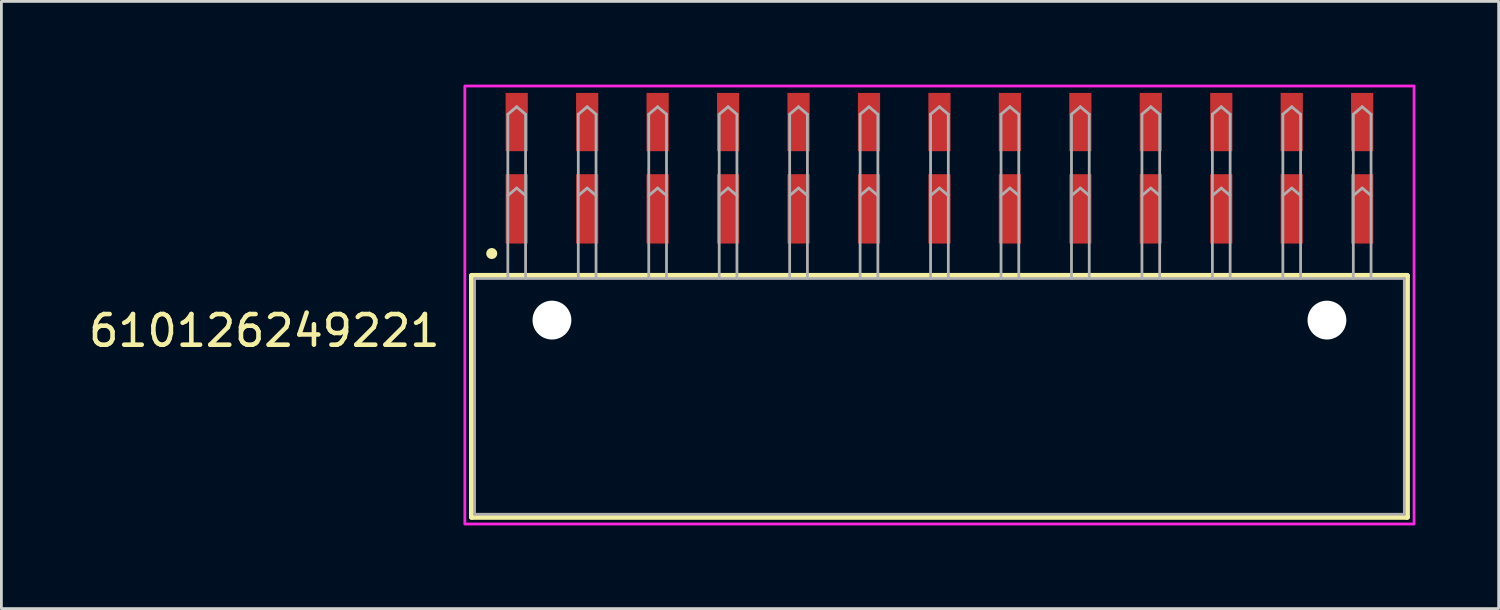
<source format=kicad_pcb>
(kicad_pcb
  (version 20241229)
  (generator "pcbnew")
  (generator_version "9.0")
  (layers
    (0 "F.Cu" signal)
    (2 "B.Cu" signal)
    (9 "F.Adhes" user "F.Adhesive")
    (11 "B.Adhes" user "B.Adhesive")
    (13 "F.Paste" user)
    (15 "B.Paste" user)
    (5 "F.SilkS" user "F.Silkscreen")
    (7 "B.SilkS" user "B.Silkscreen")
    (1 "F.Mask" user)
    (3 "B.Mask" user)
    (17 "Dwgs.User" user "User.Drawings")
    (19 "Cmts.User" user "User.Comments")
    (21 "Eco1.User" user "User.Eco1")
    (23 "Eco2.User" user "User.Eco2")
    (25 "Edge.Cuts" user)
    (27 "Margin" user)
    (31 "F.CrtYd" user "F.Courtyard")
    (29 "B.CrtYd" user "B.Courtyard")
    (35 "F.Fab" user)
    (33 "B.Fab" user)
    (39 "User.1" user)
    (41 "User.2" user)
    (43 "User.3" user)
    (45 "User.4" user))
  (footprint "610126249221"
    (layer "F.Cu")
    (at 30.818 11.24)
    (property "Reference" "610126249221" (at -17.916 -1.72 0) (unlocked yes) (layer "F.SilkS") (effects (font (size 1.105 1.105) (thickness 0.165)) (justify right bottom)))
    (fp_line (start -16.86 -4.35) (end 16.86 -4.35) (stroke (width 0.2) (type solid)) (layer "F.SilkS"))
    (fp_line (start -16.86 4.35) (end -16.86 -4.35) (stroke (width 0.2) (type solid)) (layer "F.SilkS"))
    (fp_line (start 16.86 -4.35) (end 16.86 4.35) (stroke (width 0.2) (type solid)) (layer "F.SilkS"))
    (fp_line (start 16.86 4.35) (end -16.86 4.35) (stroke (width 0.2) (type solid)) (layer "F.SilkS"))
    (fp_circle (center -16.14 -5.15) (end -16.04 -5.15) (stroke (width 0.2) (type solid)) (fill no) (layer "F.SilkS"))
    (fp_poly (pts (xy 17.11 4.6) (xy -17.11 4.6) (xy -17.11 -11.19) (xy 17.11 -11.19)) (stroke (width 0.1) (type default)) (fill no) (layer "F.CrtYd"))
    (fp_line (start -16.76 -4.25) (end -16.76 4.25) (stroke (width 0.1) (type solid)) (layer "F.Fab"))
    (fp_line (start -15.56 -10.17) (end -15.56 -4.25) (stroke (width 0.1) (type solid)) (layer "F.Fab"))
    (fp_line (start -15.56 -10.17) (end -15.24 -10.44) (stroke (width 0.1) (type solid)) (layer "F.Fab"))
    (fp_line (start -15.56 -7.24) (end -15.24 -7.51) (stroke (width 0.1) (type solid)) (layer "F.Fab"))
    (fp_line (start -15.24 -10.44) (end -14.92 -10.17) (stroke (width 0.1) (type solid)) (layer "F.Fab"))
    (fp_line (start -15.24 -7.51) (end -14.92 -7.24) (stroke (width 0.1) (type solid)) (layer "F.Fab"))
    (fp_line (start -14.92 -10.17) (end -14.92 -4.25) (stroke (width 0.1) (type solid)) (layer "F.Fab"))
    (fp_line (start -13.02 -10.17) (end -13.02 -4.25) (stroke (width 0.1) (type solid)) (layer "F.Fab"))
    (fp_line (start -13.02 -10.17) (end -12.7 -10.44) (stroke (width 0.1) (type solid)) (layer "F.Fab"))
    (fp_line (start -13.02 -7.24) (end -12.7 -7.51) (stroke (width 0.1) (type solid)) (layer "F.Fab"))
    (fp_line (start -12.7 -10.44) (end -12.38 -10.17) (stroke (width 0.1) (type solid)) (layer "F.Fab"))
    (fp_line (start -12.7 -7.51) (end -12.38 -7.24) (stroke (width 0.1) (type solid)) (layer "F.Fab"))
    (fp_line (start -12.38 -10.17) (end -12.38 -4.25) (stroke (width 0.1) (type solid)) (layer "F.Fab"))
    (fp_line (start -10.48 -10.17) (end -10.48 -4.25) (stroke (width 0.1) (type solid)) (layer "F.Fab"))
    (fp_line (start -10.48 -10.17) (end -10.16 -10.44) (stroke (width 0.1) (type solid)) (layer "F.Fab"))
    (fp_line (start -10.48 -7.24) (end -10.16 -7.51) (stroke (width 0.1) (type solid)) (layer "F.Fab"))
    (fp_line (start -10.16 -10.44) (end -9.84 -10.17) (stroke (width 0.1) (type solid)) (layer "F.Fab"))
    (fp_line (start -10.16 -7.51) (end -9.84 -7.24) (stroke (width 0.1) (type solid)) (layer "F.Fab"))
    (fp_line (start -9.84 -10.17) (end -9.84 -4.25) (stroke (width 0.1) (type solid)) (layer "F.Fab"))
    (fp_line (start -7.94 -10.17) (end -7.94 -4.25) (stroke (width 0.1) (type solid)) (layer "F.Fab"))
    (fp_line (start -7.94 -10.17) (end -7.62 -10.44) (stroke (width 0.1) (type solid)) (layer "F.Fab"))
    (fp_line (start -7.94 -7.24) (end -7.62 -7.51) (stroke (width 0.1) (type solid)) (layer "F.Fab"))
    (fp_line (start -7.62 -10.44) (end -7.3 -10.17) (stroke (width 0.1) (type solid)) (layer "F.Fab"))
    (fp_line (start -7.62 -7.51) (end -7.3 -7.24) (stroke (width 0.1) (type solid)) (layer "F.Fab"))
    (fp_line (start -7.3 -10.17) (end -7.3 -4.25) (stroke (width 0.1) (type solid)) (layer "F.Fab"))
    (fp_line (start -5.4 -10.17) (end -5.4 -4.25) (stroke (width 0.1) (type solid)) (layer "F.Fab"))
    (fp_line (start -5.4 -10.17) (end -5.08 -10.44) (stroke (width 0.1) (type solid)) (layer "F.Fab"))
    (fp_line (start -5.4 -7.24) (end -5.08 -7.51) (stroke (width 0.1) (type solid)) (layer "F.Fab"))
    (fp_line (start -5.08 -10.44) (end -4.76 -10.17) (stroke (width 0.1) (type solid)) (layer "F.Fab"))
    (fp_line (start -5.08 -7.51) (end -4.76 -7.24) (stroke (width 0.1) (type solid)) (layer "F.Fab"))
    (fp_line (start -4.76 -10.17) (end -4.76 -4.25) (stroke (width 0.1) (type solid)) (layer "F.Fab"))
    (fp_line (start -2.86 -10.17) (end -2.86 -4.25) (stroke (width 0.1) (type solid)) (layer "F.Fab"))
    (fp_line (start -2.86 -10.17) (end -2.54 -10.44) (stroke (width 0.1) (type solid)) (layer "F.Fab"))
    (fp_line (start -2.86 -7.24) (end -2.54 -7.51) (stroke (width 0.1) (type solid)) (layer "F.Fab"))
    (fp_line (start -2.54 -10.44) (end -2.22 -10.17) (stroke (width 0.1) (type solid)) (layer "F.Fab"))
    (fp_line (start -2.54 -7.51) (end -2.22 -7.24) (stroke (width 0.1) (type solid)) (layer "F.Fab"))
    (fp_line (start -2.22 -10.17) (end -2.22 -4.25) (stroke (width 0.1) (type solid)) (layer "F.Fab"))
    (fp_line (start -0.32 -10.17) (end -0.32 -4.25) (stroke (width 0.1) (type solid)) (layer "F.Fab"))
    (fp_line (start -0.32 -10.17) (end 0 -10.44) (stroke (width 0.1) (type solid)) (layer "F.Fab"))
    (fp_line (start -0.32 -7.24) (end 0 -7.51) (stroke (width 0.1) (type solid)) (layer "F.Fab"))
    (fp_line (start -0.32 -4.25) (end -16.76 -4.25) (stroke (width 0.1) (type solid)) (layer "F.Fab"))
    (fp_line (start 0 -10.44) (end 0.32 -10.17) (stroke (width 0.1) (type solid)) (layer "F.Fab"))
    (fp_line (start 0 -7.51) (end 0.32 -7.24) (stroke (width 0.1) (type solid)) (layer "F.Fab"))
    (fp_line (start 0.32 -10.17) (end 0.32 -4.25) (stroke (width 0.1) (type solid)) (layer "F.Fab"))
    (fp_line (start 0.32 -4.25) (end -0.32 -4.25) (stroke (width 0.1) (type solid)) (layer "F.Fab"))
    (fp_line (start 2.22 -10.17) (end 2.22 -4.25) (stroke (width 0.1) (type solid)) (layer "F.Fab"))
    (fp_line (start 2.22 -10.17) (end 2.54 -10.44) (stroke (width 0.1) (type solid)) (layer "F.Fab"))
    (fp_line (start 2.22 -7.24) (end 2.54 -7.51) (stroke (width 0.1) (type solid)) (layer "F.Fab"))
    (fp_line (start 2.54 -10.44) (end 2.86 -10.17) (stroke (width 0.1) (type solid)) (layer "F.Fab"))
    (fp_line (start 2.54 -7.51) (end 2.86 -7.24) (stroke (width 0.1) (type solid)) (layer "F.Fab"))
    (fp_line (start 2.86 -10.17) (end 2.86 -4.25) (stroke (width 0.1) (type solid)) (layer "F.Fab"))
    (fp_line (start 4.76 -10.17) (end 4.76 -4.25) (stroke (width 0.1) (type solid)) (layer "F.Fab"))
    (fp_line (start 4.76 -10.17) (end 5.08 -10.44) (stroke (width 0.1) (type solid)) (layer "F.Fab"))
    (fp_line (start 4.76 -7.24) (end 5.08 -7.51) (stroke (width 0.1) (type solid)) (layer "F.Fab"))
    (fp_line (start 5.08 -10.44) (end 5.4 -10.17) (stroke (width 0.1) (type solid)) (layer "F.Fab"))
    (fp_line (start 5.08 -7.51) (end 5.4 -7.24) (stroke (width 0.1) (type solid)) (layer "F.Fab"))
    (fp_line (start 5.4 -10.17) (end 5.4 -4.25) (stroke (width 0.1) (type solid)) (layer "F.Fab"))
    (fp_line (start 7.3 -10.17) (end 7.3 -4.25) (stroke (width 0.1) (type solid)) (layer "F.Fab"))
    (fp_line (start 7.3 -10.17) (end 7.62 -10.44) (stroke (width 0.1) (type solid)) (layer "F.Fab"))
    (fp_line (start 7.3 -7.24) (end 7.62 -7.51) (stroke (width 0.1) (type solid)) (layer "F.Fab"))
    (fp_line (start 7.62 -10.44) (end 7.94 -10.17) (stroke (width 0.1) (type solid)) (layer "F.Fab"))
    (fp_line (start 7.62 -7.51) (end 7.94 -7.24) (stroke (width 0.1) (type solid)) (layer "F.Fab"))
    (fp_line (start 7.94 -10.17) (end 7.94 -4.25) (stroke (width 0.1) (type solid)) (layer "F.Fab"))
    (fp_line (start 9.84 -10.17) (end 9.84 -4.25) (stroke (width 0.1) (type solid)) (layer "F.Fab"))
    (fp_line (start 9.84 -10.17) (end 10.16 -10.44) (stroke (width 0.1) (type solid)) (layer "F.Fab"))
    (fp_line (start 9.84 -7.24) (end 10.16 -7.51) (stroke (width 0.1) (type solid)) (layer "F.Fab"))
    (fp_line (start 10.16 -10.44) (end 10.48 -10.17) (stroke (width 0.1) (type solid)) (layer "F.Fab"))
    (fp_line (start 10.16 -7.51) (end 10.48 -7.24) (stroke (width 0.1) (type solid)) (layer "F.Fab"))
    (fp_line (start 10.48 -10.17) (end 10.48 -4.25) (stroke (width 0.1) (type solid)) (layer "F.Fab"))
    (fp_line (start 12.38 -10.17) (end 12.38 -4.25) (stroke (width 0.1) (type solid)) (layer "F.Fab"))
    (fp_line (start 12.38 -10.17) (end 12.7 -10.44) (stroke (width 0.1) (type solid)) (layer "F.Fab"))
    (fp_line (start 12.38 -7.24) (end 12.7 -7.51) (stroke (width 0.1) (type solid)) (layer "F.Fab"))
    (fp_line (start 12.7 -10.44) (end 13.02 -10.17) (stroke (width 0.1) (type solid)) (layer "F.Fab"))
    (fp_line (start 12.7 -7.51) (end 13.02 -7.24) (stroke (width 0.1) (type solid)) (layer "F.Fab"))
    (fp_line (start 13.02 -10.17) (end 13.02 -4.25) (stroke (width 0.1) (type solid)) (layer "F.Fab"))
    (fp_line (start 14.92 -10.17) (end 14.92 -4.25) (stroke (width 0.1) (type solid)) (layer "F.Fab"))
    (fp_line (start 14.92 -10.17) (end 15.24 -10.44) (stroke (width 0.1) (type solid)) (layer "F.Fab"))
    (fp_line (start 14.92 -7.24) (end 15.24 -7.51) (stroke (width 0.1) (type solid)) (layer "F.Fab"))
    (fp_line (start 15.24 -10.44) (end 15.56 -10.17) (stroke (width 0.1) (type solid)) (layer "F.Fab"))
    (fp_line (start 15.24 -7.51) (end 15.56 -7.24) (stroke (width 0.1) (type solid)) (layer "F.Fab"))
    (fp_line (start 15.56 -10.17) (end 15.56 -4.25) (stroke (width 0.1) (type solid)) (layer "F.Fab"))
    (fp_line (start 16.76 -4.25) (end 0.32 -4.25) (stroke (width 0.1) (type solid)) (layer "F.Fab"))
    (fp_line (start 16.76 -4.25) (end 16.76 4.25) (stroke (width 0.1) (type solid)) (layer "F.Fab"))
    (fp_line (start 16.76 4.25) (end -16.76 4.25) (stroke (width 0.1) (type solid)) (layer "F.Fab"))
    (pad "" np_thru_hole circle (at -13.97 -2.75) (size 1.4 1.4) (drill 1.4) (layers "*.Cu" "*.Mask"))
    (pad "" np_thru_hole circle (at 13.97 -2.75) (size 1.4 1.4) (drill 1.4) (layers "*.Cu" "*.Mask"))
    (pad "1" smd rect (at -15.24 -6.76 180) (size 0.8 2.5) (layers "F.Cu" "F.Mask" "F.Paste"))
    (pad "2" smd rect (at -15.24 -9.89 180) (size 0.8 2.1) (layers "F.Cu" "F.Mask" "F.Paste"))
    (pad "3" smd rect (at -12.7 -6.76 180) (size 0.8 2.5) (layers "F.Cu" "F.Mask" "F.Paste"))
    (pad "4" smd rect (at -12.7 -9.89 180) (size 0.8 2.1) (layers "F.Cu" "F.Mask" "F.Paste"))
    (pad "5" smd rect (at -10.16 -6.76 180) (size 0.8 2.5) (layers "F.Cu" "F.Mask" "F.Paste"))
    (pad "6" smd rect (at -10.16 -9.89 180) (size 0.8 2.1) (layers "F.Cu" "F.Mask" "F.Paste"))
    (pad "7" smd rect (at -7.62 -6.76 180) (size 0.8 2.5) (layers "F.Cu" "F.Mask" "F.Paste"))
    (pad "8" smd rect (at -7.62 -9.89 180) (size 0.8 2.1) (layers "F.Cu" "F.Mask" "F.Paste"))
    (pad "9" smd rect (at -5.08 -6.76 180) (size 0.8 2.5) (layers "F.Cu" "F.Mask" "F.Paste"))
    (pad "10" smd rect (at -5.08 -9.89 180) (size 0.8 2.1) (layers "F.Cu" "F.Mask" "F.Paste"))
    (pad "11" smd rect (at -2.54 -6.76 180) (size 0.8 2.5) (layers "F.Cu" "F.Mask" "F.Paste"))
    (pad "12" smd rect (at -2.54 -9.89 180) (size 0.8 2.1) (layers "F.Cu" "F.Mask" "F.Paste"))
    (pad "13" smd rect (at 0 -6.76 180) (size 0.8 2.5) (layers "F.Cu" "F.Mask" "F.Paste"))
    (pad "14" smd rect (at 0 -9.89 180) (size 0.8 2.1) (layers "F.Cu" "F.Mask" "F.Paste"))
    (pad "15" smd rect (at 2.54 -6.76 180) (size 0.8 2.5) (layers "F.Cu" "F.Mask" "F.Paste"))
    (pad "16" smd rect (at 2.54 -9.89 180) (size 0.8 2.1) (layers "F.Cu" "F.Mask" "F.Paste"))
    (pad "17" smd rect (at 5.08 -6.76 180) (size 0.8 2.5) (layers "F.Cu" "F.Mask" "F.Paste"))
    (pad "18" smd rect (at 5.08 -9.89 180) (size 0.8 2.1) (layers "F.Cu" "F.Mask" "F.Paste"))
    (pad "19" smd rect (at 7.62 -6.76 180) (size 0.8 2.5) (layers "F.Cu" "F.Mask" "F.Paste"))
    (pad "20" smd rect (at 7.62 -9.89 180) (size 0.8 2.1) (layers "F.Cu" "F.Mask" "F.Paste"))
    (pad "21" smd rect (at 10.16 -6.76 180) (size 0.8 2.5) (layers "F.Cu" "F.Mask" "F.Paste"))
    (pad "22" smd rect (at 10.16 -9.89 180) (size 0.8 2.1) (layers "F.Cu" "F.Mask" "F.Paste"))
    (pad "23" smd rect (at 12.7 -6.76 180) (size 0.8 2.5) (layers "F.Cu" "F.Mask" "F.Paste"))
    (pad "24" smd rect (at 12.7 -9.89 180) (size 0.8 2.1) (layers "F.Cu" "F.Mask" "F.Paste"))
    (pad "25" smd rect (at 15.24 -6.76 180) (size 0.8 2.5) (layers "F.Cu" "F.Mask" "F.Paste"))
    (pad "26" smd rect (at 15.24 -9.89 180) (size 0.8 2.1) (layers "F.Cu" "F.Mask" "F.Paste")))
  (gr_rect
    (start -3 -3)
    (end 50.978 18.89)
    (stroke (width 0.1) (type default))
    (fill no)
    (layer "Edge.Cuts")))
</source>
